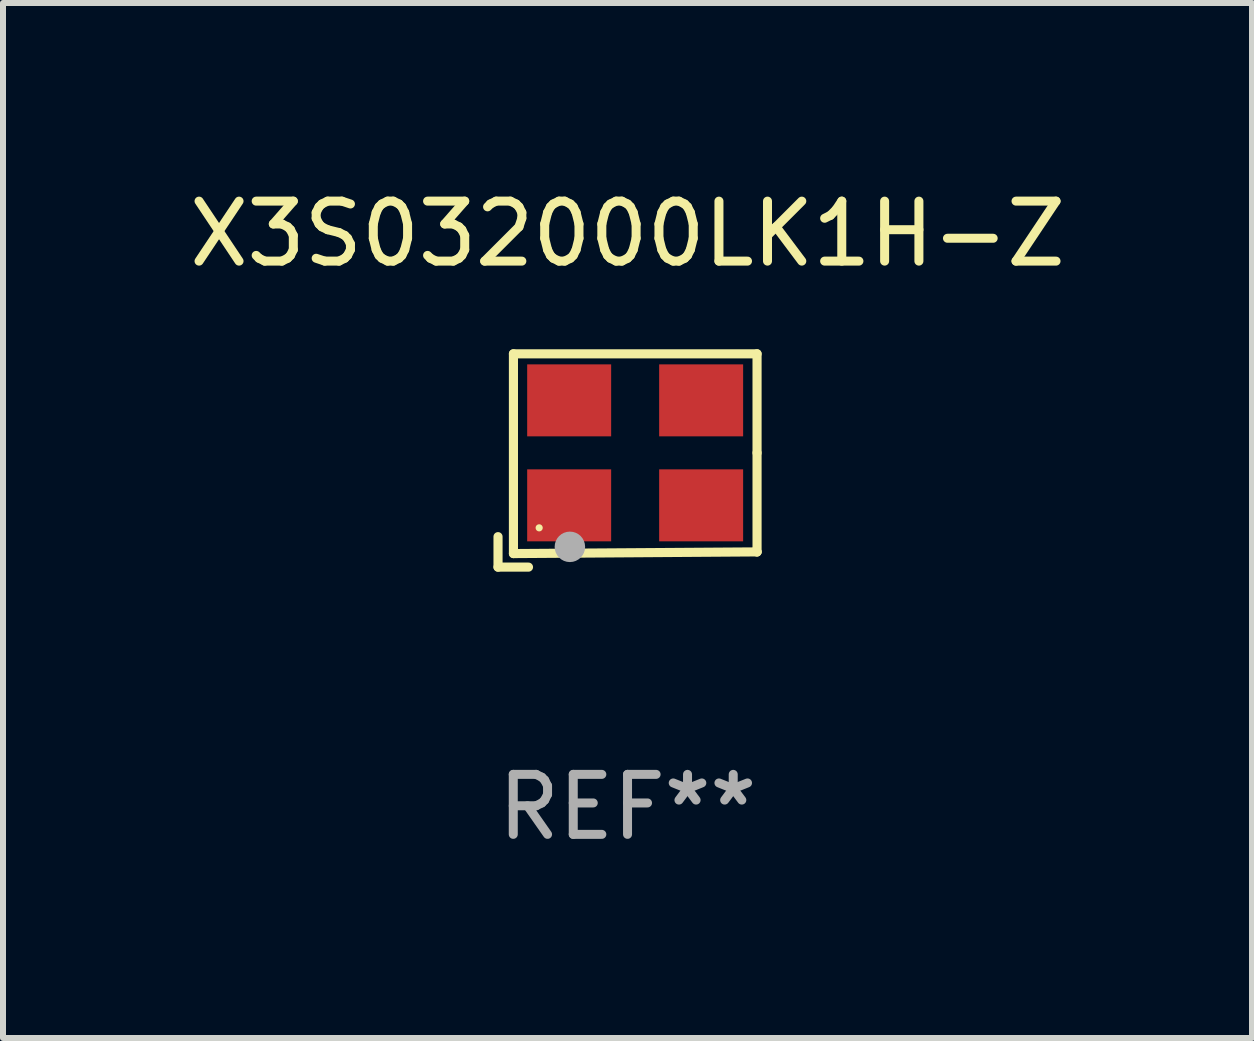
<source format=kicad_pcb>
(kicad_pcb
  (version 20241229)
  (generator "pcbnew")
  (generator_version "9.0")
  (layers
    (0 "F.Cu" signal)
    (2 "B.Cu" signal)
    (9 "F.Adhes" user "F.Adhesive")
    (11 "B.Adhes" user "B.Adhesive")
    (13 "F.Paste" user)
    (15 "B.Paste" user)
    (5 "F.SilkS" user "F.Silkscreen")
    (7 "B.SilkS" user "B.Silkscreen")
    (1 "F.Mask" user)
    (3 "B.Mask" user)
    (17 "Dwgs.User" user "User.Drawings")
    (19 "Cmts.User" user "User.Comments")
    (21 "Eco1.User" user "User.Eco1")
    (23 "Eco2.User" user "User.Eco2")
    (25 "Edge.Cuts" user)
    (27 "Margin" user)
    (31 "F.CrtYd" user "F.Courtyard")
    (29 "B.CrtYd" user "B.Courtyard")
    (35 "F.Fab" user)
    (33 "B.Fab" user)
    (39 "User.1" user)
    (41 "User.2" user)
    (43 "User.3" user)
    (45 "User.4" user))
  (footprint "X3S032000LK1H-Z"
    (layer "F.Cu")
    (at 7.411 4.626)
    (property "Reference" "X3S032000LK1H-Z" (at 0 -3.778 0) (layer "F.SilkS") (effects (font (size 1 1) (thickness 0.15))))
    (attr through_hole)
    (fp_line (start -2.159 1.27) (end -2.159 1.778) (stroke (width 0.152) (type solid)) (layer "F.SilkS"))
    (fp_line (start -2.159 1.778) (end -1.651 1.778) (stroke (width 0.152) (type solid)) (layer "F.SilkS"))
    (fp_line (start -1.902 -1.778) (end 2.159 -1.778) (stroke (width 0.152) (type solid)) (layer "F.SilkS"))
    (fp_line (start -1.902 1.552) (end -1.902 -1.778) (stroke (width 0.152) (type solid)) (layer "F.SilkS"))
    (fp_line (start 2.159 -1.778) (end 2.159 -0.127) (stroke (width 0.152) (type solid)) (layer "F.SilkS"))
    (fp_line (start 2.159 -0.127) (end 2.159 1.524) (stroke (width 0.152) (type solid)) (layer "F.SilkS"))
    (fp_line (start 2.159 1.524) (end -1.902 1.552) (stroke (width 0.152) (type solid)) (layer "F.SilkS"))
    (fp_line (start 2.159 1.524) (end 2.159 1.524) (stroke (width 0.152) (type solid)) (layer "F.SilkS"))
    (fp_circle (center -1.473 1.123) (end -1.443 1.123) (stroke (width 0.06) (type solid)) (fill no) (layer "F.SilkS"))
    (fp_circle (center -0.961 1.44) (end -0.834 1.44) (stroke (width 0.254) (type solid)) (fill no) (layer "F.Fab"))
    (fp_text user "REF**" (at 0 5.778 0) (layer "F.Fab") (effects (font (size 1 1) (thickness 0.15))))
    (pad "1" smd rect (at -0.973 0.748) (size 1.4 1.2) (layers "F.Cu" "F.Mask" "F.Paste"))
    (pad "2" smd rect (at 1.227 0.748) (size 1.4 1.2) (layers "F.Cu" "F.Mask" "F.Paste"))
    (pad "3" smd rect (at 1.227 -1.002) (size 1.4 1.2) (layers "F.Cu" "F.Mask" "F.Paste"))
    (pad "4" smd rect (at -0.973 -1.002) (size 1.4 1.2) (layers "F.Cu" "F.Mask" "F.Paste")))
  (gr_rect
    (start -3 -3)
    (end 17.821 14.253)
    (stroke (width 0.1) (type default))
    (fill no)
    (layer "Edge.Cuts")))
</source>
